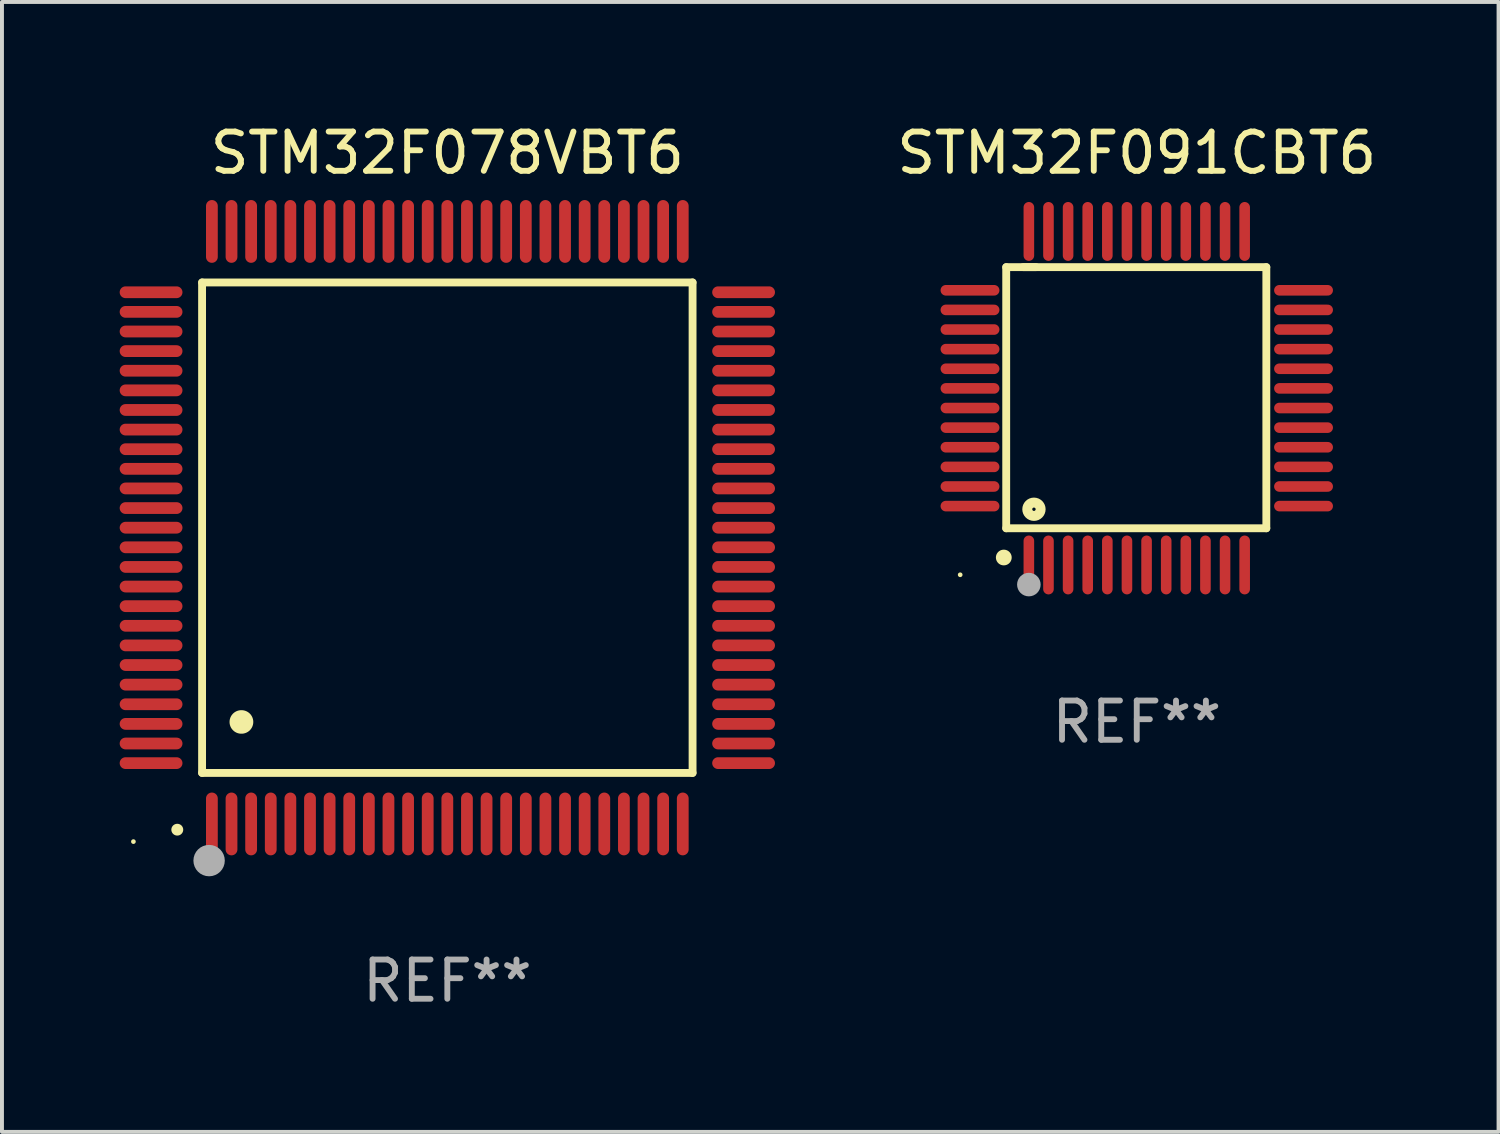
<source format=kicad_pcb>
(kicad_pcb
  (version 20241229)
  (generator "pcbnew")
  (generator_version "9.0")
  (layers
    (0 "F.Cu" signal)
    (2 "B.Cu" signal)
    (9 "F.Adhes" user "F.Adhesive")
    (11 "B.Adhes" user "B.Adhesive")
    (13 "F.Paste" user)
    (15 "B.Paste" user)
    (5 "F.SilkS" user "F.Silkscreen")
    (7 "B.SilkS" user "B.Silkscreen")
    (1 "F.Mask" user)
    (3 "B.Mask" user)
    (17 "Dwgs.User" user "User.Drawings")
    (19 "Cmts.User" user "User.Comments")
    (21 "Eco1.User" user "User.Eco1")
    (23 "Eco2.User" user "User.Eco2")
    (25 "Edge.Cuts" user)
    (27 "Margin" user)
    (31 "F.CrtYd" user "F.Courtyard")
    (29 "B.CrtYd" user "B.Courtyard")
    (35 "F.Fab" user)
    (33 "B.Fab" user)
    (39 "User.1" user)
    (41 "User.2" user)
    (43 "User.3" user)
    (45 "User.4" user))
  (footprint "STM32F078VBT6"
    (layer "F.Cu")
    (at 8.35 10.398)
    (property "Reference" "STM32F078VBT6" (at 0 -9.55 0) (layer "F.SilkS") (effects (font (size 1 1) (thickness 0.15))))
    (attr through_hole)
    (fp_line (start -6.25 -6.25) (end -6.25 6.25) (stroke (width 0.2) (type solid)) (layer "F.SilkS"))
    (fp_line (start -6.25 6.25) (end 6.25 6.25) (stroke (width 0.2) (type solid)) (layer "F.SilkS"))
    (fp_line (start 6.25 -6.25) (end -6.25 -6.25) (stroke (width 0.2) (type solid)) (layer "F.SilkS"))
    (fp_line (start 6.25 6.25) (end 6.25 -6.25) (stroke (width 0.2) (type solid)) (layer "F.SilkS"))
    (fp_arc (start -6.883414 7.696215) (mid -6.882144 7.69621) (end -6.880874 7.696215) (stroke (width 0.3) (type solid)) (layer "F.SilkS"))
    (fp_arc (start -5.250191 4.95047) (mid -5.247651 4.950459) (end -5.245111 4.95047) (stroke (width 0.6) (type solid)) (layer "F.SilkS"))
    (fp_circle (center -8 8) (end -7.97 8) (stroke (width 0.06) (type solid)) (fill no) (layer "F.SilkS"))
    (fp_circle (center -6.071 8.484) (end -5.871 8.484) (stroke (width 0.4) (type solid)) (fill no) (layer "F.Fab"))
    (fp_text user "REF**" (at 0 11.55 0) (layer "F.Fab") (effects (font (size 1 1) (thickness 0.15))))
    (pad "1" smd oval (at -6 7.55) (size 0.3 1.6) (layers "F.Cu" "F.Mask" "F.Paste"))
    (pad "2" smd oval (at -5.5 7.55) (size 0.3 1.6) (layers "F.Cu" "F.Mask" "F.Paste"))
    (pad "3" smd oval (at -5 7.55) (size 0.3 1.6) (layers "F.Cu" "F.Mask" "F.Paste"))
    (pad "4" smd oval (at -4.5 7.55) (size 0.3 1.6) (layers "F.Cu" "F.Mask" "F.Paste"))
    (pad "5" smd oval (at -4 7.55) (size 0.3 1.6) (layers "F.Cu" "F.Mask" "F.Paste"))
    (pad "6" smd oval (at -3.5 7.55) (size 0.3 1.6) (layers "F.Cu" "F.Mask" "F.Paste"))
    (pad "7" smd oval (at -3 7.55) (size 0.3 1.6) (layers "F.Cu" "F.Mask" "F.Paste"))
    (pad "8" smd oval (at -2.5 7.55) (size 0.3 1.6) (layers "F.Cu" "F.Mask" "F.Paste"))
    (pad "9" smd oval (at -2 7.55) (size 0.3 1.6) (layers "F.Cu" "F.Mask" "F.Paste"))
    (pad "10" smd oval (at -1.5 7.55) (size 0.3 1.6) (layers "F.Cu" "F.Mask" "F.Paste"))
    (pad "11" smd oval (at -1 7.55) (size 0.3 1.6) (layers "F.Cu" "F.Mask" "F.Paste"))
    (pad "12" smd oval (at -0.5 7.55) (size 0.3 1.6) (layers "F.Cu" "F.Mask" "F.Paste"))
    (pad "13" smd oval (at 0 7.55) (size 0.3 1.6) (layers "F.Cu" "F.Mask" "F.Paste"))
    (pad "14" smd oval (at 0.5 7.55) (size 0.3 1.6) (layers "F.Cu" "F.Mask" "F.Paste"))
    (pad "15" smd oval (at 1 7.55) (size 0.3 1.6) (layers "F.Cu" "F.Mask" "F.Paste"))
    (pad "16" smd oval (at 1.5 7.55) (size 0.3 1.6) (layers "F.Cu" "F.Mask" "F.Paste"))
    (pad "17" smd oval (at 2 7.55) (size 0.3 1.6) (layers "F.Cu" "F.Mask" "F.Paste"))
    (pad "18" smd oval (at 2.5 7.55) (size 0.3 1.6) (layers "F.Cu" "F.Mask" "F.Paste"))
    (pad "19" smd oval (at 3 7.55) (size 0.3 1.6) (layers "F.Cu" "F.Mask" "F.Paste"))
    (pad "20" smd oval (at 3.5 7.55) (size 0.3 1.6) (layers "F.Cu" "F.Mask" "F.Paste"))
    (pad "21" smd oval (at 4 7.55) (size 0.3 1.6) (layers "F.Cu" "F.Mask" "F.Paste"))
    (pad "22" smd oval (at 4.5 7.55) (size 0.3 1.6) (layers "F.Cu" "F.Mask" "F.Paste"))
    (pad "23" smd oval (at 5 7.55) (size 0.3 1.6) (layers "F.Cu" "F.Mask" "F.Paste"))
    (pad "24" smd oval (at 5.5 7.55) (size 0.3 1.6) (layers "F.Cu" "F.Mask" "F.Paste"))
    (pad "25" smd oval (at 6 7.55) (size 0.3 1.6) (layers "F.Cu" "F.Mask" "F.Paste"))
    (pad "26" smd oval (at 7.55 6) (size 1.6 0.3) (layers "F.Cu" "F.Mask" "F.Paste"))
    (pad "27" smd oval (at 7.55 5.5) (size 1.6 0.3) (layers "F.Cu" "F.Mask" "F.Paste"))
    (pad "28" smd oval (at 7.55 5) (size 1.6 0.3) (layers "F.Cu" "F.Mask" "F.Paste"))
    (pad "29" smd oval (at 7.55 4.5) (size 1.6 0.3) (layers "F.Cu" "F.Mask" "F.Paste"))
    (pad "30" smd oval (at 7.55 4) (size 1.6 0.3) (layers "F.Cu" "F.Mask" "F.Paste"))
    (pad "31" smd oval (at 7.55 3.5) (size 1.6 0.3) (layers "F.Cu" "F.Mask" "F.Paste"))
    (pad "32" smd oval (at 7.55 3) (size 1.6 0.3) (layers "F.Cu" "F.Mask" "F.Paste"))
    (pad "33" smd oval (at 7.55 2.5) (size 1.6 0.3) (layers "F.Cu" "F.Mask" "F.Paste"))
    (pad "34" smd oval (at 7.55 2) (size 1.6 0.3) (layers "F.Cu" "F.Mask" "F.Paste"))
    (pad "35" smd oval (at 7.55 1.5) (size 1.6 0.3) (layers "F.Cu" "F.Mask" "F.Paste"))
    (pad "36" smd oval (at 7.55 1) (size 1.6 0.3) (layers "F.Cu" "F.Mask" "F.Paste"))
    (pad "37" smd oval (at 7.55 0.5) (size 1.6 0.3) (layers "F.Cu" "F.Mask" "F.Paste"))
    (pad "38" smd oval (at 7.55 0) (size 1.6 0.3) (layers "F.Cu" "F.Mask" "F.Paste"))
    (pad "39" smd oval (at 7.55 -0.5) (size 1.6 0.3) (layers "F.Cu" "F.Mask" "F.Paste"))
    (pad "40" smd oval (at 7.55 -1) (size 1.6 0.3) (layers "F.Cu" "F.Mask" "F.Paste"))
    (pad "41" smd oval (at 7.55 -1.5) (size 1.6 0.3) (layers "F.Cu" "F.Mask" "F.Paste"))
    (pad "42" smd oval (at 7.55 -2) (size 1.6 0.3) (layers "F.Cu" "F.Mask" "F.Paste"))
    (pad "43" smd oval (at 7.55 -2.5) (size 1.6 0.3) (layers "F.Cu" "F.Mask" "F.Paste"))
    (pad "44" smd oval (at 7.55 -3) (size 1.6 0.3) (layers "F.Cu" "F.Mask" "F.Paste"))
    (pad "45" smd oval (at 7.55 -3.5) (size 1.6 0.3) (layers "F.Cu" "F.Mask" "F.Paste"))
    (pad "46" smd oval (at 7.55 -4) (size 1.6 0.3) (layers "F.Cu" "F.Mask" "F.Paste"))
    (pad "47" smd oval (at 7.55 -4.5) (size 1.6 0.3) (layers "F.Cu" "F.Mask" "F.Paste"))
    (pad "48" smd oval (at 7.55 -5) (size 1.6 0.3) (layers "F.Cu" "F.Mask" "F.Paste"))
    (pad "49" smd oval (at 7.55 -5.5) (size 1.6 0.3) (layers "F.Cu" "F.Mask" "F.Paste"))
    (pad "50" smd oval (at 7.55 -6) (size 1.6 0.3) (layers "F.Cu" "F.Mask" "F.Paste"))
    (pad "51" smd oval (at 6 -7.55) (size 0.3 1.6) (layers "F.Cu" "F.Mask" "F.Paste"))
    (pad "52" smd oval (at 5.5 -7.55) (size 0.3 1.6) (layers "F.Cu" "F.Mask" "F.Paste"))
    (pad "53" smd oval (at 5 -7.55) (size 0.3 1.6) (layers "F.Cu" "F.Mask" "F.Paste"))
    (pad "54" smd oval (at 4.5 -7.55) (size 0.3 1.6) (layers "F.Cu" "F.Mask" "F.Paste"))
    (pad "55" smd oval (at 4 -7.55) (size 0.3 1.6) (layers "F.Cu" "F.Mask" "F.Paste"))
    (pad "56" smd oval (at 3.5 -7.55) (size 0.3 1.6) (layers "F.Cu" "F.Mask" "F.Paste"))
    (pad "57" smd oval (at 3 -7.55) (size 0.3 1.6) (layers "F.Cu" "F.Mask" "F.Paste"))
    (pad "58" smd oval (at 2.5 -7.55) (size 0.3 1.6) (layers "F.Cu" "F.Mask" "F.Paste"))
    (pad "59" smd oval (at 2 -7.55) (size 0.3 1.6) (layers "F.Cu" "F.Mask" "F.Paste"))
    (pad "60" smd oval (at 1.5 -7.55) (size 0.3 1.6) (layers "F.Cu" "F.Mask" "F.Paste"))
    (pad "61" smd oval (at 1 -7.55) (size 0.3 1.6) (layers "F.Cu" "F.Mask" "F.Paste"))
    (pad "62" smd oval (at 0.5 -7.55) (size 0.3 1.6) (layers "F.Cu" "F.Mask" "F.Paste"))
    (pad "63" smd oval (at 0 -7.55) (size 0.3 1.6) (layers "F.Cu" "F.Mask" "F.Paste"))
    (pad "64" smd oval (at -0.5 -7.55) (size 0.3 1.6) (layers "F.Cu" "F.Mask" "F.Paste"))
    (pad "65" smd oval (at -1 -7.55) (size 0.3 1.6) (layers "F.Cu" "F.Mask" "F.Paste"))
    (pad "66" smd oval (at -1.5 -7.55) (size 0.3 1.6) (layers "F.Cu" "F.Mask" "F.Paste"))
    (pad "67" smd oval (at -2 -7.55) (size 0.3 1.6) (layers "F.Cu" "F.Mask" "F.Paste"))
    (pad "68" smd oval (at -2.5 -7.55) (size 0.3 1.6) (layers "F.Cu" "F.Mask" "F.Paste"))
    (pad "69" smd oval (at -3 -7.55) (size 0.3 1.6) (layers "F.Cu" "F.Mask" "F.Paste"))
    (pad "70" smd oval (at -3.5 -7.55) (size 0.3 1.6) (layers "F.Cu" "F.Mask" "F.Paste"))
    (pad "71" smd oval (at -4 -7.55) (size 0.3 1.6) (layers "F.Cu" "F.Mask" "F.Paste"))
    (pad "72" smd oval (at -4.5 -7.55) (size 0.3 1.6) (layers "F.Cu" "F.Mask" "F.Paste"))
    (pad "73" smd oval (at -5 -7.55) (size 0.3 1.6) (layers "F.Cu" "F.Mask" "F.Paste"))
    (pad "74" smd oval (at -5.5 -7.55) (size 0.3 1.6) (layers "F.Cu" "F.Mask" "F.Paste"))
    (pad "75" smd oval (at -6 -7.55) (size 0.3 1.6) (layers "F.Cu" "F.Mask" "F.Paste"))
    (pad "76" smd oval (at -7.55 -6) (size 1.6 0.3) (layers "F.Cu" "F.Mask" "F.Paste"))
    (pad "77" smd oval (at -7.55 -5.5) (size 1.6 0.3) (layers "F.Cu" "F.Mask" "F.Paste"))
    (pad "78" smd oval (at -7.55 -5) (size 1.6 0.3) (layers "F.Cu" "F.Mask" "F.Paste"))
    (pad "79" smd oval (at -7.55 -4.5) (size 1.6 0.3) (layers "F.Cu" "F.Mask" "F.Paste"))
    (pad "80" smd oval (at -7.55 -4) (size 1.6 0.3) (layers "F.Cu" "F.Mask" "F.Paste"))
    (pad "81" smd oval (at -7.55 -3.5) (size 1.6 0.3) (layers "F.Cu" "F.Mask" "F.Paste"))
    (pad "82" smd oval (at -7.55 -3) (size 1.6 0.3) (layers "F.Cu" "F.Mask" "F.Paste"))
    (pad "83" smd oval (at -7.55 -2.5) (size 1.6 0.3) (layers "F.Cu" "F.Mask" "F.Paste"))
    (pad "84" smd oval (at -7.55 -2) (size 1.6 0.3) (layers "F.Cu" "F.Mask" "F.Paste"))
    (pad "85" smd oval (at -7.55 -1.5) (size 1.6 0.3) (layers "F.Cu" "F.Mask" "F.Paste"))
    (pad "86" smd oval (at -7.55 -1) (size 1.6 0.3) (layers "F.Cu" "F.Mask" "F.Paste"))
    (pad "87" smd oval (at -7.55 -0.5) (size 1.6 0.3) (layers "F.Cu" "F.Mask" "F.Paste"))
    (pad "88" smd oval (at -7.55 0) (size 1.6 0.3) (layers "F.Cu" "F.Mask" "F.Paste"))
    (pad "89" smd oval (at -7.55 0.5) (size 1.6 0.3) (layers "F.Cu" "F.Mask" "F.Paste"))
    (pad "90" smd oval (at -7.55 1) (size 1.6 0.3) (layers "F.Cu" "F.Mask" "F.Paste"))
    (pad "91" smd oval (at -7.55 1.5) (size 1.6 0.3) (layers "F.Cu" "F.Mask" "F.Paste"))
    (pad "92" smd oval (at -7.55 2) (size 1.6 0.3) (layers "F.Cu" "F.Mask" "F.Paste"))
    (pad "93" smd oval (at -7.55 2.5) (size 1.6 0.3) (layers "F.Cu" "F.Mask" "F.Paste"))
    (pad "94" smd oval (at -7.55 3) (size 1.6 0.3) (layers "F.Cu" "F.Mask" "F.Paste"))
    (pad "95" smd oval (at -7.55 3.5) (size 1.6 0.3) (layers "F.Cu" "F.Mask" "F.Paste"))
    (pad "96" smd oval (at -7.55 4) (size 1.6 0.3) (layers "F.Cu" "F.Mask" "F.Paste"))
    (pad "97" smd oval (at -7.55 4.5) (size 1.6 0.3) (layers "F.Cu" "F.Mask" "F.Paste"))
    (pad "98" smd oval (at -7.55 5) (size 1.6 0.3) (layers "F.Cu" "F.Mask" "F.Paste"))
    (pad "99" smd oval (at -7.55 5.5) (size 1.6 0.3) (layers "F.Cu" "F.Mask" "F.Paste"))
    (pad "100" smd oval (at -7.55 6) (size 1.6 0.3) (layers "F.Cu" "F.Mask" "F.Paste")))
  (footprint "STM32F091CBT6"
    (layer "F.Cu")
    (at 25.92 7.098)
    (property "Reference" "STM32F091CBT6" (at 0 -6.25 0) (layer "F.SilkS") (effects (font (size 1 1) (thickness 0.15))))
    (attr through_hole)
    (fp_line (start -3.327 -3.34) (end -2.565 -3.34) (stroke (width 0.2) (type solid)) (layer "F.SilkS"))
    (fp_line (start -3.327 3.315) (end -3.327 -3.34) (stroke (width 0.2) (type solid)) (layer "F.SilkS"))
    (fp_line (start -2.896 -3.34) (end 3.302 -3.34) (stroke (width 0.2) (type solid)) (layer "F.SilkS"))
    (fp_line (start 3.302 -3.34) (end 3.302 3.315) (stroke (width 0.2) (type solid)) (layer "F.SilkS"))
    (fp_line (start 3.302 3.315) (end -3.327 3.315) (stroke (width 0.2) (type solid)) (layer "F.SilkS"))
    (fp_arc (start -3.389992 4.059995) (mid -3.388722 4.059991) (end -3.387452 4.059995) (stroke (width 0.4) (type solid)) (layer "F.SilkS"))
    (fp_circle (center -4.5 4.5) (end -4.47 4.5) (stroke (width 0.06) (type solid)) (fill no) (layer "F.SilkS"))
    (fp_circle (center -2.62 2.83) (end -2.45 2.83) (stroke (width 0.254) (type solid)) (fill no) (layer "F.SilkS"))
    (fp_circle (center -2.75 4.75) (end -2.6 4.75) (stroke (width 0.3) (type solid)) (fill no) (layer "F.Fab"))
    (fp_text user "REF**" (at 0 8.25 0) (layer "F.Fab") (effects (font (size 1 1) (thickness 0.15))))
    (pad "1" smd oval (at -2.75 4.25) (size 0.27 1.5) (layers "F.Cu" "F.Mask" "F.Paste"))
    (pad "2" smd oval (at -2.25 4.25) (size 0.27 1.5) (layers "F.Cu" "F.Mask" "F.Paste"))
    (pad "3" smd oval (at -1.75 4.25) (size 0.27 1.5) (layers "F.Cu" "F.Mask" "F.Paste"))
    (pad "4" smd oval (at -1.25 4.25) (size 0.27 1.5) (layers "F.Cu" "F.Mask" "F.Paste"))
    (pad "5" smd oval (at -0.75 4.25) (size 0.27 1.5) (layers "F.Cu" "F.Mask" "F.Paste"))
    (pad "6" smd oval (at -0.25 4.25) (size 0.27 1.5) (layers "F.Cu" "F.Mask" "F.Paste"))
    (pad "7" smd oval (at 0.25 4.25) (size 0.27 1.5) (layers "F.Cu" "F.Mask" "F.Paste"))
    (pad "8" smd oval (at 0.75 4.25) (size 0.27 1.5) (layers "F.Cu" "F.Mask" "F.Paste"))
    (pad "9" smd oval (at 1.25 4.25) (size 0.27 1.5) (layers "F.Cu" "F.Mask" "F.Paste"))
    (pad "10" smd oval (at 1.75 4.25) (size 0.27 1.5) (layers "F.Cu" "F.Mask" "F.Paste"))
    (pad "11" smd oval (at 2.25 4.25) (size 0.27 1.5) (layers "F.Cu" "F.Mask" "F.Paste"))
    (pad "12" smd oval (at 2.75 4.25) (size 0.27 1.5) (layers "F.Cu" "F.Mask" "F.Paste"))
    (pad "13" smd oval (at 4.25 2.75) (size 1.5 0.27) (layers "F.Cu" "F.Mask" "F.Paste"))
    (pad "14" smd oval (at 4.25 2.25) (size 1.5 0.27) (layers "F.Cu" "F.Mask" "F.Paste"))
    (pad "15" smd oval (at 4.25 1.75) (size 1.5 0.27) (layers "F.Cu" "F.Mask" "F.Paste"))
    (pad "16" smd oval (at 4.25 1.25) (size 1.5 0.27) (layers "F.Cu" "F.Mask" "F.Paste"))
    (pad "17" smd oval (at 4.25 0.75) (size 1.5 0.27) (layers "F.Cu" "F.Mask" "F.Paste"))
    (pad "18" smd oval (at 4.25 0.25) (size 1.5 0.27) (layers "F.Cu" "F.Mask" "F.Paste"))
    (pad "19" smd oval (at 4.25 -0.25) (size 1.5 0.27) (layers "F.Cu" "F.Mask" "F.Paste"))
    (pad "20" smd oval (at 4.25 -0.75) (size 1.5 0.27) (layers "F.Cu" "F.Mask" "F.Paste"))
    (pad "21" smd oval (at 4.25 -1.25) (size 1.5 0.27) (layers "F.Cu" "F.Mask" "F.Paste"))
    (pad "22" smd oval (at 4.25 -1.75) (size 1.5 0.27) (layers "F.Cu" "F.Mask" "F.Paste"))
    (pad "23" smd oval (at 4.25 -2.25) (size 1.5 0.27) (layers "F.Cu" "F.Mask" "F.Paste"))
    (pad "24" smd oval (at 4.25 -2.75) (size 1.5 0.27) (layers "F.Cu" "F.Mask" "F.Paste"))
    (pad "25" smd oval (at 2.75 -4.25) (size 0.27 1.5) (layers "F.Cu" "F.Mask" "F.Paste"))
    (pad "26" smd oval (at 2.25 -4.25) (size 0.27 1.5) (layers "F.Cu" "F.Mask" "F.Paste"))
    (pad "27" smd oval (at 1.75 -4.25) (size 0.27 1.5) (layers "F.Cu" "F.Mask" "F.Paste"))
    (pad "28" smd oval (at 1.25 -4.25) (size 0.27 1.5) (layers "F.Cu" "F.Mask" "F.Paste"))
    (pad "29" smd oval (at 0.75 -4.25) (size 0.27 1.5) (layers "F.Cu" "F.Mask" "F.Paste"))
    (pad "30" smd oval (at 0.25 -4.25) (size 0.27 1.5) (layers "F.Cu" "F.Mask" "F.Paste"))
    (pad "31" smd oval (at -0.25 -4.25) (size 0.27 1.5) (layers "F.Cu" "F.Mask" "F.Paste"))
    (pad "32" smd oval (at -0.75 -4.25) (size 0.27 1.5) (layers "F.Cu" "F.Mask" "F.Paste"))
    (pad "33" smd oval (at -1.25 -4.25) (size 0.27 1.5) (layers "F.Cu" "F.Mask" "F.Paste"))
    (pad "34" smd oval (at -1.75 -4.25) (size 0.27 1.5) (layers "F.Cu" "F.Mask" "F.Paste"))
    (pad "35" smd oval (at -2.25 -4.25) (size 0.27 1.5) (layers "F.Cu" "F.Mask" "F.Paste"))
    (pad "36" smd oval (at -2.75 -4.25) (size 0.27 1.5) (layers "F.Cu" "F.Mask" "F.Paste"))
    (pad "37" smd oval (at -4.25 -2.75) (size 1.5 0.27) (layers "F.Cu" "F.Mask" "F.Paste"))
    (pad "38" smd oval (at -4.25 -2.25) (size 1.5 0.27) (layers "F.Cu" "F.Mask" "F.Paste"))
    (pad "39" smd oval (at -4.25 -1.75) (size 1.5 0.27) (layers "F.Cu" "F.Mask" "F.Paste"))
    (pad "40" smd oval (at -4.25 -1.25) (size 1.5 0.27) (layers "F.Cu" "F.Mask" "F.Paste"))
    (pad "41" smd oval (at -4.25 -0.75) (size 1.5 0.27) (layers "F.Cu" "F.Mask" "F.Paste"))
    (pad "42" smd oval (at -4.25 -0.25) (size 1.5 0.27) (layers "F.Cu" "F.Mask" "F.Paste"))
    (pad "43" smd oval (at -4.25 0.25) (size 1.5 0.27) (layers "F.Cu" "F.Mask" "F.Paste"))
    (pad "44" smd oval (at -4.25 0.75) (size 1.5 0.27) (layers "F.Cu" "F.Mask" "F.Paste"))
    (pad "45" smd oval (at -4.25 1.25) (size 1.5 0.27) (layers "F.Cu" "F.Mask" "F.Paste"))
    (pad "46" smd oval (at -4.25 1.75) (size 1.5 0.27) (layers "F.Cu" "F.Mask" "F.Paste"))
    (pad "47" smd oval (at -4.25 2.25) (size 1.5 0.27) (layers "F.Cu" "F.Mask" "F.Paste"))
    (pad "48" smd oval (at -4.25 2.75) (size 1.5 0.27) (layers "F.Cu" "F.Mask" "F.Paste")))
  (gr_rect
    (start -3 -3)
    (end 35.14 25.796)
    (stroke (width 0.1) (type default))
    (fill no)
    (layer "Edge.Cuts")))
</source>
